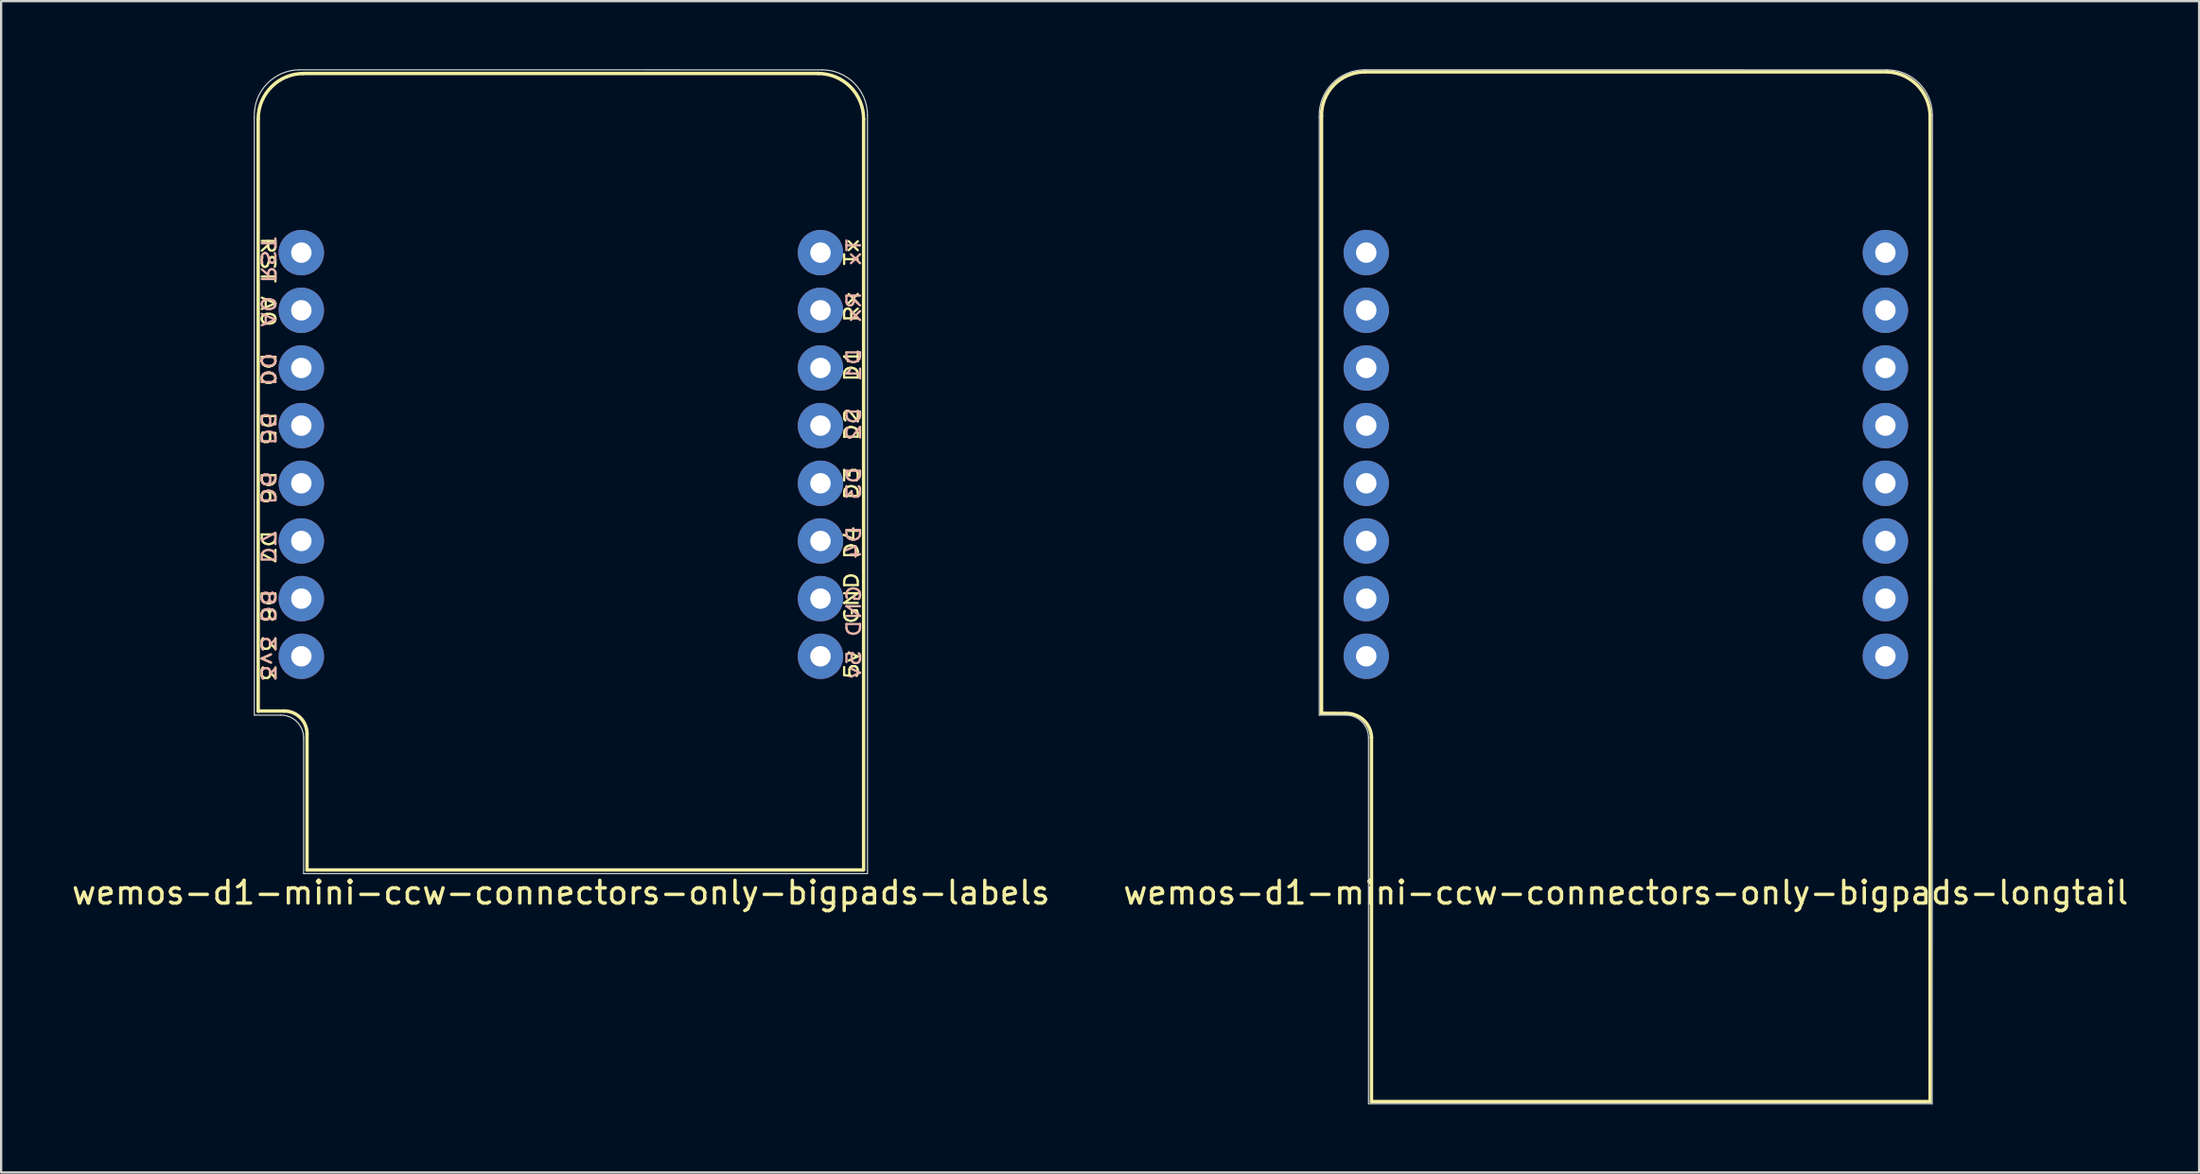
<source format=kicad_pcb>
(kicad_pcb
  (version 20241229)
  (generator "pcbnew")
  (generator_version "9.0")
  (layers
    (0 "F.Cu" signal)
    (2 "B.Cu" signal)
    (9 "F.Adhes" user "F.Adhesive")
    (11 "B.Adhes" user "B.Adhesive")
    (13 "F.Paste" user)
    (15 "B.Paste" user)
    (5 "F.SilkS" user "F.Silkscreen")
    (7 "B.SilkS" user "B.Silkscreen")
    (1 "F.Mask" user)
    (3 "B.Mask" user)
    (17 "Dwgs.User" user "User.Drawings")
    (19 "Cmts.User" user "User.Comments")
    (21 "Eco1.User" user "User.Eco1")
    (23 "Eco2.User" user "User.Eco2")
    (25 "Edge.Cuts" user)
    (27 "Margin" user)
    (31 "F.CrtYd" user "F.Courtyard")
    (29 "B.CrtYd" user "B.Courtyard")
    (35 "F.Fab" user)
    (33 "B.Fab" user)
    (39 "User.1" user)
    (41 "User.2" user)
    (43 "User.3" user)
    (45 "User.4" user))
  (footprint "wemos-d1-mini-ccw-connectors-only-bigpads-longtail"
    (layer "F.Cu")
    (at 70.142 18.567)
    (property "Reference" "wemos-d1-mini-ccw-connectors-only-bigpads-longtail" (at -1.6 17.7 180) (layer "F.SilkS") (effects (font (size 1 1) (thickness 0.15))))
    (attr through_hole)
    (fp_line (start -15 -16.5) (end -15 9.8) (stroke (width 0.15) (type solid)) (layer "F.SilkS"))
    (fp_line (start -13.95 9.807) (end -15 9.8) (stroke (width 0.15) (type solid)) (layer "F.SilkS"))
    (fp_line (start -12.8 26.9) (end -12.8 10.85) (stroke (width 0.15) (type solid)) (layer "F.SilkS"))
    (fp_line (start -12.8 26.9) (end 11.8 26.9) (stroke (width 0.15) (type solid)) (layer "F.SilkS"))
    (fp_line (start 9.95 -18.45) (end -13.1 -18.45) (stroke (width 0.15) (type solid)) (layer "F.SilkS"))
    (fp_line (start 11.8 26.9) (end 11.8 -16.55) (stroke (width 0.15) (type solid)) (layer "F.SilkS"))
    (fp_arc (start -15 -16.5) (mid -14.458727 -17.873247) (end -13.1 -18.45) (stroke (width 0.15) (type solid)) (layer "F.SilkS"))
    (fp_arc (start -13.95 9.807107) (mid -13.157744 10.088985) (end -12.8 10.85) (stroke (width 0.15) (type solid)) (layer "F.SilkS"))
    (fp_arc (start 9.95 -18.45) (mid 11.241695 -17.857045) (end 11.8 -16.55) (stroke (width 0.15) (type solid)) (layer "F.SilkS"))
    (fp_line (start -15.1 9.88) (end -15.1 -16.45) (stroke (width 0.05) (type solid)) (layer "Edge.Cuts"))
    (fp_line (start -15.1 9.88) (end -13.93 9.88) (stroke (width 0.05) (type solid)) (layer "Edge.Cuts"))
    (fp_line (start -13.1 -18.542) (end 9.9 -18.54) (stroke (width 0.05) (type solid)) (layer "Edge.Cuts"))
    (fp_line (start -12.93 27) (end -12.93 10.88) (stroke (width 0.05) (type solid)) (layer "Edge.Cuts"))
    (fp_line (start 11.89 27) (end -12.93 27) (stroke (width 0.05) (type solid)) (layer "Edge.Cuts"))
    (fp_line (start 11.9 -16.54) (end 11.89 27) (stroke (width 0.05) (type solid)) (layer "Edge.Cuts"))
    (fp_arc (start -15.1 -16.45) (mid -14.547241 -17.92358) (end -13.1 -18.542024) (stroke (width 0.05) (type solid)) (layer "Edge.Cuts"))
    (fp_arc (start -13.93 9.88) (mid -13.222893 10.172893) (end -12.93 10.88) (stroke (width 0.05) (type solid)) (layer "Edge.Cuts"))
    (fp_arc (start 9.9 -18.54) (mid 11.314214 -17.954214) (end 11.9 -16.54) (stroke (width 0.05) (type solid)) (layer "Edge.Cuts"))
    (pad "1" thru_hole oval (at -13.03 -10.49 90) (size 2 2) (drill 0.9) (layers "*.Cu" "*.Mask"))
    (pad "2" thru_hole oval (at -13.03 -7.95 90) (size 2 2) (drill 0.9) (layers "*.Cu" "*.Mask"))
    (pad "3" thru_hole oval (at -13.03 -5.41 90) (size 2 2) (drill 0.9) (layers "*.Cu" "*.Mask"))
    (pad "4" thru_hole oval (at -13.03 -2.87 90) (size 2 2) (drill 0.9) (layers "*.Cu" "*.Mask"))
    (pad "5" thru_hole oval (at -13.03 -0.33 90) (size 2 2) (drill 0.9) (layers "*.Cu" "*.Mask"))
    (pad "6" thru_hole oval (at -13.03 2.21 90) (size 2 2) (drill 0.9) (layers "*.Cu" "*.Mask"))
    (pad "7" thru_hole oval (at -13.03 4.75 90) (size 2 2) (drill 0.9) (layers "*.Cu" "*.Mask"))
    (pad "8" thru_hole oval (at -13.03 7.29 90) (size 2 2) (drill 0.9) (layers "*.Cu" "*.Mask"))
    (pad "9" thru_hole oval (at 9.83 7.29 90) (size 2 2) (drill 0.9) (layers "*.Cu" "*.Mask"))
    (pad "10" thru_hole oval (at 9.83 4.75 90) (size 2 2) (drill 0.9) (layers "*.Cu" "*.Mask"))
    (pad "11" thru_hole oval (at 9.83 2.21 90) (size 2 2) (drill 0.9) (layers "*.Cu" "*.Mask"))
    (pad "12" thru_hole oval (at 9.83 -0.33 90) (size 2 2) (drill 0.9) (layers "*.Cu" "*.Mask"))
    (pad "13" thru_hole oval (at 9.83 -2.87 90) (size 2 2) (drill 0.9) (layers "*.Cu" "*.Mask"))
    (pad "14" thru_hole oval (at 9.83 -5.41 90) (size 2 2) (drill 0.9) (layers "*.Cu" "*.Mask"))
    (pad "15" thru_hole oval (at 9.83 -7.95 90) (size 2 2) (drill 0.9) (layers "*.Cu" "*.Mask"))
    (pad "16" thru_hole oval (at 9.83 -10.49 90) (size 2 2) (drill 0.9) (layers "*.Cu" "*.Mask")))
  (footprint "wemos-d1-mini-ccw-connectors-only-bigpads-labels"
    (layer "F.Cu")
    (at 23.249 18.567)
    (property "Reference" "wemos-d1-mini-ccw-connectors-only-bigpads-labels" (at -1.6 17.7 180) (layer "F.SilkS") (effects (font (size 1 1) (thickness 0.15))))
    (attr through_hole)
    (fp_line (start -14.93 -16.38) (end -14.93 9.7) (stroke (width 0.15) (type solid)) (layer "F.SilkS"))
    (fp_line (start -14.93 9.7) (end -14.93 9.7) (stroke (width 0.15) (type solid)) (layer "F.SilkS"))
    (fp_line (start -13.77 9.7) (end -14.93 9.7) (stroke (width 0.15) (type solid)) (layer "F.SilkS"))
    (fp_line (start -12.78 16.7) (end -12.78 10.7) (stroke (width 0.15) (type solid)) (layer "F.SilkS"))
    (fp_line (start -12.78 16.7) (end 11.684 16.7) (stroke (width 0.15) (type solid)) (layer "F.SilkS"))
    (fp_line (start 9.73 -18.38) (end -12.93 -18.38) (stroke (width 0.15) (type solid)) (layer "F.SilkS"))
    (fp_line (start 11.73 16.7) (end 11.73 -16.38) (stroke (width 0.15) (type solid)) (layer "F.SilkS"))
    (fp_arc (start -14.93 -16.38) (mid -14.344214 -17.794214) (end -12.93 -18.38) (stroke (width 0.15) (type solid)) (layer "F.SilkS"))
    (fp_arc (start -13.78 9.7) (mid -13.072893 9.992893) (end -12.78 10.7) (stroke (width 0.15) (type solid)) (layer "F.SilkS"))
    (fp_arc (start 9.73 -18.38) (mid 11.144214 -17.794214) (end 11.73 -16.38) (stroke (width 0.15) (type solid)) (layer "F.SilkS"))
    (fp_line (start -15.1 9.88) (end -15.1 -16.45) (stroke (width 0.05) (type solid)) (layer "Edge.Cuts"))
    (fp_line (start -15.1 9.88) (end -13.93 9.88) (stroke (width 0.05) (type solid)) (layer "Edge.Cuts"))
    (fp_line (start -13.1 -18.542) (end 9.9 -18.54) (stroke (width 0.05) (type solid)) (layer "Edge.Cuts"))
    (fp_line (start -12.93 16.86) (end -12.93 10.88) (stroke (width 0.05) (type solid)) (layer "Edge.Cuts"))
    (fp_line (start 11.9 -16.54) (end 11.9 16.86) (stroke (width 0.05) (type solid)) (layer "Edge.Cuts"))
    (fp_line (start 11.9 16.86) (end -12.93 16.86) (stroke (width 0.05) (type solid)) (layer "Edge.Cuts"))
    (fp_arc (start -15.1 -16.45) (mid -14.547241 -17.92358) (end -13.1 -18.542024) (stroke (width 0.05) (type solid)) (layer "Edge.Cuts"))
    (fp_arc (start -13.93 9.88) (mid -13.222893 10.172893) (end -12.93 10.88) (stroke (width 0.05) (type solid)) (layer "Edge.Cuts"))
    (fp_arc (start 9.9 -18.54) (mid 11.314214 -17.954214) (end 11.9 -16.54) (stroke (width 0.05) (type solid)) (layer "Edge.Cuts"))
    (fp_text user "RST A0  D0  D5  D6  D7  D8 3v3" (at -14.5 -1.4 270) (unlocked yes) (layer "F.SilkS") (effects (font (size 0.6 0.75) (thickness 0.1))))
    (fp_text user "5v  GND D4  D3  D2  D1  Rx  Tx" (at 11.2 -1.4 90) (layer "F.SilkS") (effects (font (size 0.6 0.75) (thickness 0.1))))
    (fp_text user "Tx  Rx  D1  D2  D3  D4  GND 5v" (at 11.3 -1.4 270) (layer "B.SilkS") (effects (font (size 0.6 0.75) (thickness 0.1)) (justify mirror)))
    (fp_text user "3v3 D8  D7  D6  D5  D0  A0 RST" (at -14.5 -1.4 270) (unlocked yes) (layer "B.SilkS") (effects (font (size 0.6 0.75) (thickness 0.1)) (justify mirror)))
    (pad "1" thru_hole oval (at -13.03 -10.49 90) (size 2 2) (drill 0.9) (layers "*.Cu" "*.Mask"))
    (pad "2" thru_hole oval (at -13.03 -7.95 90) (size 2 2) (drill 0.9) (layers "*.Cu" "*.Mask"))
    (pad "3" thru_hole oval (at -13.03 -5.41 90) (size 2 2) (drill 0.9) (layers "*.Cu" "*.Mask"))
    (pad "4" thru_hole oval (at -13.03 -2.87 90) (size 2 2) (drill 0.9) (layers "*.Cu" "*.Mask"))
    (pad "5" thru_hole oval (at -13.03 -0.33 90) (size 2 2) (drill 0.9) (layers "*.Cu" "*.Mask"))
    (pad "6" thru_hole oval (at -13.03 2.21 90) (size 2 2) (drill 0.9) (layers "*.Cu" "*.Mask"))
    (pad "7" thru_hole oval (at -13.03 4.75 90) (size 2 2) (drill 0.9) (layers "*.Cu" "*.Mask"))
    (pad "8" thru_hole oval (at -13.03 7.29 90) (size 2 2) (drill 0.9) (layers "*.Cu" "*.Mask"))
    (pad "9" thru_hole oval (at 9.83 7.29 90) (size 2 2) (drill 0.9) (layers "*.Cu" "*.Mask"))
    (pad "10" thru_hole oval (at 9.83 4.75 90) (size 2 2) (drill 0.9) (layers "*.Cu" "*.Mask"))
    (pad "11" thru_hole oval (at 9.83 2.21 90) (size 2 2) (drill 0.9) (layers "*.Cu" "*.Mask"))
    (pad "12" thru_hole oval (at 9.83 -0.33 90) (size 2 2) (drill 0.9) (layers "*.Cu" "*.Mask"))
    (pad "13" thru_hole oval (at 9.83 -2.87 90) (size 2 2) (drill 0.9) (layers "*.Cu" "*.Mask"))
    (pad "14" thru_hole oval (at 9.83 -5.41 90) (size 2 2) (drill 0.9) (layers "*.Cu" "*.Mask"))
    (pad "15" thru_hole oval (at 9.83 -7.95 90) (size 2 2) (drill 0.9) (layers "*.Cu" "*.Mask"))
    (pad "16" thru_hole oval (at 9.83 -10.49 90) (size 2 2) (drill 0.9) (layers "*.Cu" "*.Mask")))
  (gr_rect
    (start -3 -3)
    (end 93.786 48.592)
    (stroke (width 0.1) (type default))
    (fill no)
    (layer "Edge.Cuts")))
</source>
